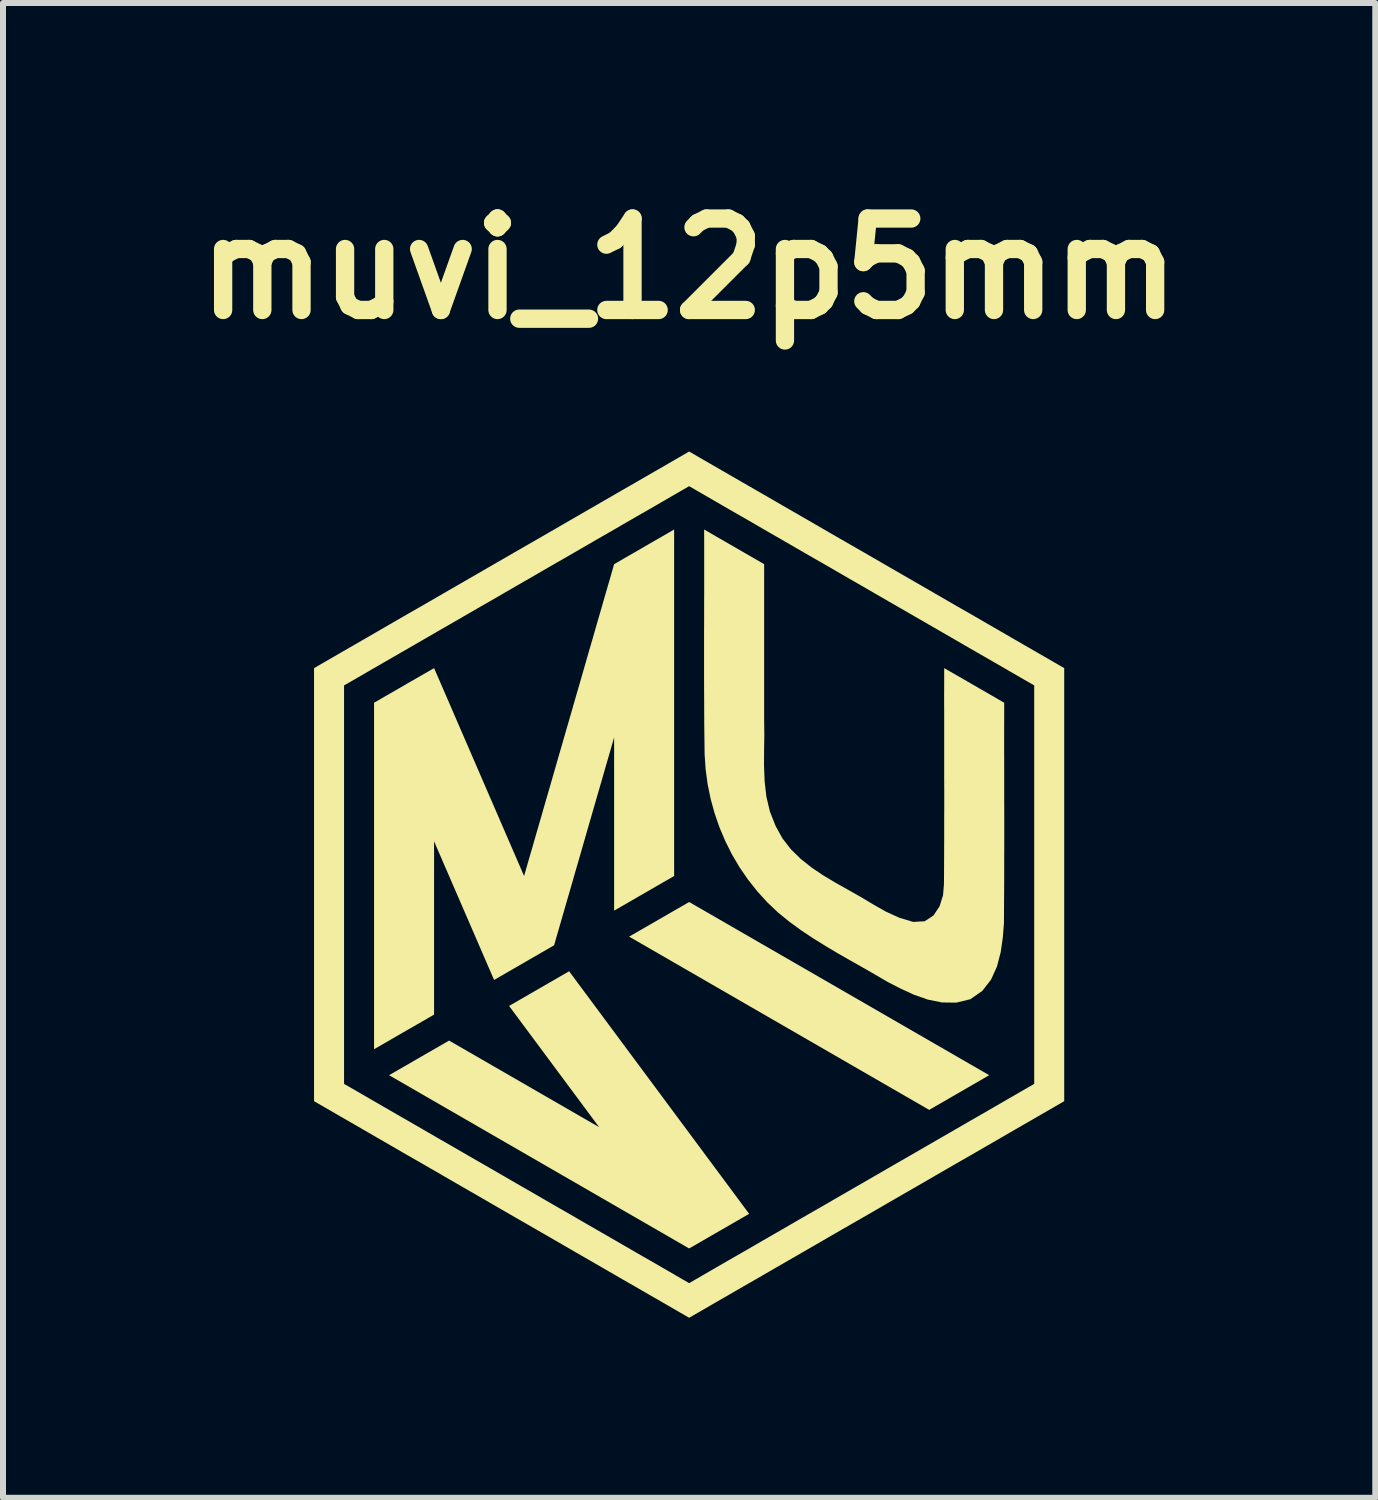
<source format=kicad_pcb>
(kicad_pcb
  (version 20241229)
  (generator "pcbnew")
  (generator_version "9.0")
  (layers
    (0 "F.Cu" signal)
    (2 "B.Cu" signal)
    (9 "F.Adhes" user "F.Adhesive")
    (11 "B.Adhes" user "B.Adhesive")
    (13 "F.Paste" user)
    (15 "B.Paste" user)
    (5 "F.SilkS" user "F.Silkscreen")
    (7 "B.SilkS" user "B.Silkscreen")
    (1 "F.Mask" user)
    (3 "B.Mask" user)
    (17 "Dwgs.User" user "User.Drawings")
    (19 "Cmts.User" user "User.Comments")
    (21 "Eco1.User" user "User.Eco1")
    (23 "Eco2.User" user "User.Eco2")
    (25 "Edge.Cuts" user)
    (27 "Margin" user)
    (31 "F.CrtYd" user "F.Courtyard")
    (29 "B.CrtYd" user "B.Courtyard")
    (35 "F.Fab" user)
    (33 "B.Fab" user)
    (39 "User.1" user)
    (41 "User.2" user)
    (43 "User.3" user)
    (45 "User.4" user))
  (footprint "muvi_12p5mm"
    (layer "F.Cu")
    (at 8.433 11.691)
    (property "Reference" "muvi_12p5mm" (at 0 -10.265 0) (layer "F.SilkS") (effects (font (size 1.524 1.524) (thickness 0.305))))
    (attr smd)
    (fp_poly (pts (xy -1 0.866) (xy 0 0.289) (xy 5 3.175) (xy 4 3.753) (xy -1 0.866)) (stroke (width 0) (type solid)) (fill yes) (layer "F.SilkS"))
    (fp_poly (pts (xy -5 3.175) (xy -4 2.598) (xy -1.5 4.041) (xy -3 2.021) (xy -2 1.443) (xy 1 5.485) (xy 0 6.062) (xy -5 3.175)) (stroke (width 0) (type solid)) (fill yes) (layer "F.SilkS"))
    (fp_poly (pts (xy 0.25 -5.918) (xy 0.251 -5.668) (xy 0.251 -5.418) (xy 0.251 -5.168) (xy 0.251 -4.918) (xy 0.25 -4.668) (xy 0.25 -4.418) (xy 0.249 -4.169) (xy 0.249 -3.919) (xy 0.249 -3.669) (xy 0.249 -3.419) (xy 0.25 -3.169) (xy 0.251 -2.919) (xy 0.252 -2.669) (xy 0.255 -2.419) (xy 0.258 -2.17) (xy 0.275 -1.921) (xy 0.308 -1.675) (xy 0.358 -1.431) (xy 0.424 -1.191) (xy 0.505 -0.956) (xy 0.602 -0.727) (xy 0.713 -0.505) (xy 0.839 -0.291) (xy 0.979 -0.087) (xy 1.133 0.108) (xy 1.3 0.292) (xy 1.48 0.463) (xy 1.674 0.621) (xy 1.868 0.762) (xy 2.068 0.895) (xy 2.272 1.022) (xy 2.479 1.145) (xy 2.687 1.264) (xy 2.896 1.382) (xy 3.105 1.502) (xy 3.312 1.623) (xy 3.524 1.732) (xy 3.746 1.834) (xy 3.977 1.915) (xy 4.213 1.963) (xy 4.45 1.966) (xy 4.686 1.909) (xy 4.886 1.769) (xy 5.031 1.582) (xy 5.13 1.363) (xy 5.192 1.124) (xy 5.227 0.879) (xy 5.246 0.642) (xy 5.247 0.38) (xy 5.249 0.117) (xy 5.25 -0.145) (xy 5.25 -0.407) (xy 5.251 -0.67) (xy 5.251 -0.932) (xy 5.251 -1.195) (xy 5.25 -1.457) (xy 5.25 -1.719) (xy 5.25 -1.982) (xy 5.249 -2.244) (xy 5.249 -2.506) (xy 5.25 -2.769) (xy 5.25 -3.031) (xy 5.05 -3.147) (xy 4.85 -3.262) (xy 4.65 -3.378) (xy 4.45 -3.493) (xy 4.25 -3.608) (xy 4.25 -3.351) (xy 4.249 -3.094) (xy 4.25 -2.837) (xy 4.25 -2.579) (xy 4.25 -2.322) (xy 4.25 -2.065) (xy 4.25 -1.808) (xy 4.251 -1.55) (xy 4.251 -1.293) (xy 4.25 -1.036) (xy 4.25 -0.779) (xy 4.249 -0.521) (xy 4.248 -0.264) (xy 4.246 -0.007) (xy 4.231 0.177) (xy 4.173 0.361) (xy 4.071 0.514) (xy 3.925 0.61) (xy 3.733 0.621) (xy 3.498 0.55) (xy 3.276 0.448) (xy 3.061 0.326) (xy 2.849 0.199) (xy 2.635 0.078) (xy 2.434 -0.035) (xy 2.234 -0.155) (xy 2.041 -0.285) (xy 1.86 -0.429) (xy 1.696 -0.589) (xy 1.555 -0.771) (xy 1.441 -0.977) (xy 1.346 -1.218) (xy 1.287 -1.467) (xy 1.258 -1.722) (xy 1.248 -1.979) (xy 1.249 -2.239) (xy 1.253 -2.498) (xy 1.25 -2.754) (xy 1.25 -3.013) (xy 1.25 -3.272) (xy 1.25 -3.53) (xy 1.25 -3.789) (xy 1.25 -4.047) (xy 1.25 -4.306) (xy 1.25 -4.565) (xy 1.25 -4.823) (xy 1.25 -5.082) (xy 1.25 -5.34) (xy 1.05 -5.456) (xy 0.85 -5.571) (xy 0.65 -5.687) (xy 0.45 -5.802) (xy 0.25 -5.918)) (stroke (width 0) (type solid)) (fill yes) (layer "F.SilkS"))
    (fp_poly (pts (xy -5.25 2.742) (xy -5.25 2.48) (xy -5.25 2.218) (xy -5.25 1.955) (xy -5.25 1.693) (xy -5.25 1.43) (xy -5.25 1.168) (xy -5.25 0.905) (xy -5.25 0.643) (xy -5.25 0.381) (xy -5.25 0.118) (xy -5.25 -0.144) (xy -5.25 -0.407) (xy -5.25 -0.669) (xy -5.25 -0.932) (xy -5.25 -1.194) (xy -5.25 -1.456) (xy -5.25 -1.719) (xy -5.25 -1.981) (xy -5.25 -2.244) (xy -5.25 -2.506) (xy -5.25 -2.769) (xy -5.25 -3.031) (xy -5.05 -3.147) (xy -4.85 -3.262) (xy -4.65 -3.378) (xy -4.45 -3.493) (xy -4.25 -3.608) (xy -4.15 -3.378) (xy -4.05 -3.147) (xy -3.95 -2.916) (xy -3.85 -2.685) (xy -3.75 -2.454) (xy -3.65 -2.223) (xy -3.55 -1.992) (xy -3.45 -1.761) (xy -3.35 -1.53) (xy -3.25 -1.299) (xy -3.15 -1.068) (xy -3.05 -0.837) (xy -2.95 -0.606) (xy -2.85 -0.375) (xy -2.75 -0.144) (xy -2.679 -0.392) (xy -2.607 -0.639) (xy -2.536 -0.887) (xy -2.464 -1.134) (xy -2.393 -1.382) (xy -2.321 -1.629) (xy -2.25 -1.876) (xy -2.179 -2.124) (xy -2.107 -2.371) (xy -2.036 -2.619) (xy -1.964 -2.866) (xy -1.893 -3.114) (xy -1.821 -3.361) (xy -1.75 -3.608) (xy -1.679 -3.856) (xy -1.607 -4.103) (xy -1.536 -4.351) (xy -1.464 -4.598) (xy -1.393 -4.846) (xy -1.321 -5.093) (xy -1.25 -5.34) (xy -1.05 -5.456) (xy -0.85 -5.571) (xy -0.65 -5.687) (xy -0.45 -5.802) (xy -0.25 -5.918) (xy -0.25 -5.655) (xy -0.25 -5.393) (xy -0.25 -5.131) (xy -0.25 -4.868) (xy -0.25 -4.606) (xy -0.25 -4.343) (xy -0.25 -4.081) (xy -0.25 -3.818) (xy -0.25 -3.556) (xy -0.25 -3.294) (xy -0.25 -3.031) (xy -0.25 -2.769) (xy -0.25 -2.506) (xy -0.25 -2.244) (xy -0.25 -1.981) (xy -0.25 -1.719) (xy -0.25 -1.456) (xy -0.25 -1.194) (xy -0.25 -0.932) (xy -0.25 -0.669) (xy -0.25 -0.407) (xy -0.25 -0.144) (xy -0.45 -0.029) (xy -0.65 0.087) (xy -0.85 0.202) (xy -1.05 0.318) (xy -1.25 0.433) (xy -1.25 0.171) (xy -1.25 -0.092) (xy -1.25 -0.354) (xy -1.25 -0.617) (xy -1.25 -0.879) (xy -1.25 -1.142) (xy -1.25 -1.404) (xy -1.25 -1.666) (xy -1.25 -1.929) (xy -1.25 -2.191) (xy -1.25 -2.454) (xy -1.321 -2.206) (xy -1.393 -1.959) (xy -1.464 -1.711) (xy -1.536 -1.464) (xy -1.607 -1.217) (xy -1.679 -0.969) (xy -1.75 -0.722) (xy -1.821 -0.474) (xy -1.893 -0.227) (xy -1.964 0.021) (xy -2.036 0.268) (xy -2.107 0.515) (xy -2.179 0.763) (xy -2.25 1.01) (xy -2.45 1.126) (xy -2.65 1.241) (xy -2.85 1.357) (xy -3.05 1.472) (xy -3.25 1.588) (xy -3.35 1.357) (xy -3.45 1.126) (xy -3.55 0.895) (xy -3.65 0.664) (xy -3.75 0.433) (xy -3.85 0.202) (xy -3.95 -0.029) (xy -4.05 -0.26) (xy -4.15 -0.491) (xy -4.25 -0.722) (xy -4.25 -0.459) (xy -4.25 -0.197) (xy -4.25 0.066) (xy -4.25 0.328) (xy -4.25 0.59) (xy -4.25 0.853) (xy -4.25 1.115) (xy -4.25 1.378) (xy -4.25 1.64) (xy -4.25 1.903) (xy -4.25 2.165) (xy -4.45 2.281) (xy -4.65 2.396) (xy -4.85 2.511) (xy -5.05 2.627) (xy -5.25 2.742)) (stroke (width 0) (type solid)) (fill yes) (layer "F.SilkS"))
    (fp_poly (pts (xy 0 -7.217) (xy 0 -6.64) (xy 0.221 -6.512) (xy 0.442 -6.384) (xy 0.663 -6.256) (xy 0.885 -6.129) (xy 1.106 -6.001) (xy 1.327 -5.873) (xy 1.548 -5.746) (xy 1.769 -5.618) (xy 1.99 -5.49) (xy 2.212 -5.363) (xy 2.433 -5.235) (xy 2.654 -5.107) (xy 2.875 -4.98) (xy 3.096 -4.852) (xy 3.317 -4.724) (xy 3.538 -4.597) (xy 3.76 -4.469) (xy 3.981 -4.341) (xy 4.202 -4.214) (xy 4.423 -4.086) (xy 4.644 -3.958) (xy 4.865 -3.831) (xy 5.087 -3.703) (xy 5.308 -3.575) (xy 5.529 -3.447) (xy 5.75 -3.32) (xy 5.75 -3.064) (xy 5.75 -2.809) (xy 5.75 -2.554) (xy 5.75 -2.298) (xy 5.75 -2.043) (xy 5.75 -1.788) (xy 5.75 -1.532) (xy 5.75 -1.277) (xy 5.75 -1.021) (xy 5.75 -0.766) (xy 5.75 -0.511) (xy 5.75 -0.255) (xy 5.75 0) (xy 5.75 0.255) (xy 5.75 0.511) (xy 5.75 0.766) (xy 5.75 1.021) (xy 5.75 1.277) (xy 5.75 1.532) (xy 5.75 1.788) (xy 5.75 2.043) (xy 5.75 2.298) (xy 5.75 2.554) (xy 5.75 2.809) (xy 5.75 3.064) (xy 5.75 3.32) (xy 5.529 3.447) (xy 5.308 3.575) (xy 5.087 3.703) (xy 4.865 3.831) (xy 4.644 3.958) (xy 4.423 4.086) (xy 4.202 4.214) (xy 3.981 4.341) (xy 3.76 4.469) (xy 3.538 4.597) (xy 3.317 4.724) (xy 3.096 4.852) (xy 2.875 4.98) (xy 2.654 5.107) (xy 2.433 5.235) (xy 2.212 5.363) (xy 1.99 5.49) (xy 1.769 5.618) (xy 1.548 5.746) (xy 1.327 5.873) (xy 1.106 6.001) (xy 0.885 6.129) (xy 0.663 6.256) (xy 0.442 6.384) (xy 0.221 6.512) (xy 0 6.64) (xy -0.221 6.512) (xy -0.442 6.384) (xy -0.663 6.256) (xy -0.885 6.129) (xy -1.106 6.001) (xy -1.327 5.873) (xy -1.548 5.746) (xy -1.769 5.618) (xy -1.99 5.49) (xy -2.212 5.363) (xy -2.433 5.235) (xy -2.654 5.107) (xy -2.875 4.98) (xy -3.096 4.852) (xy -3.317 4.724) (xy -3.538 4.597) (xy -3.76 4.469) (xy -3.981 4.341) (xy -4.202 4.214) (xy -4.423 4.086) (xy -4.644 3.958) (xy -4.865 3.831) (xy -5.087 3.703) (xy -5.308 3.575) (xy -5.529 3.447) (xy -5.75 3.32) (xy -5.75 3.064) (xy -5.75 2.809) (xy -5.75 2.554) (xy -5.75 2.298) (xy -5.75 2.043) (xy -5.75 1.788) (xy -5.75 1.532) (xy -5.75 1.277) (xy -5.75 1.021) (xy -5.75 0.766) (xy -5.75 0.511) (xy -5.75 0.255) (xy -5.75 0) (xy -5.75 -0.255) (xy -5.75 -0.511) (xy -5.75 -0.766) (xy -5.75 -1.021) (xy -5.75 -1.277) (xy -5.75 -1.532) (xy -5.75 -1.788) (xy -5.75 -2.043) (xy -5.75 -2.298) (xy -5.75 -2.554) (xy -5.75 -2.809) (xy -5.75 -3.064) (xy -5.75 -3.32) (xy -5.529 -3.447) (xy -5.308 -3.575) (xy -5.087 -3.703) (xy -4.865 -3.831) (xy -4.644 -3.958) (xy -4.423 -4.086) (xy -4.202 -4.214) (xy -3.981 -4.341) (xy -3.76 -4.469) (xy -3.538 -4.597) (xy -3.317 -4.724) (xy -3.096 -4.852) (xy -2.875 -4.98) (xy -2.654 -5.107) (xy -2.433 -5.235) (xy -2.212 -5.363) (xy -1.99 -5.49) (xy -1.769 -5.618) (xy -1.548 -5.746) (xy -1.327 -5.873) (xy -1.106 -6.001) (xy -0.885 -6.129) (xy -0.663 -6.256) (xy -0.442 -6.384) (xy -0.221 -6.512) (xy 0 -6.64) (xy 0 -7.217) (xy -0.223 -7.088) (xy -0.446 -6.959) (xy -0.67 -6.83) (xy -0.893 -6.701) (xy -1.116 -6.573) (xy -1.339 -6.444) (xy -1.562 -6.315) (xy -1.786 -6.186) (xy -2.009 -6.057) (xy -2.232 -5.928) (xy -2.455 -5.799) (xy -2.679 -5.67) (xy -2.902 -5.542) (xy -3.125 -5.413) (xy -3.348 -5.284) (xy -3.571 -5.155) (xy -3.795 -5.026) (xy -4.018 -4.897) (xy -4.241 -4.768) (xy -4.464 -4.639) (xy -4.688 -4.511) (xy -4.911 -4.382) (xy -5.134 -4.253) (xy -5.357 -4.124) (xy -5.58 -3.995) (xy -5.804 -3.866) (xy -6.027 -3.737) (xy -6.25 -3.608) (xy -6.25 -3.351) (xy -6.25 -3.093) (xy -6.25 -2.835) (xy -6.25 -2.577) (xy -6.25 -2.32) (xy -6.25 -2.062) (xy -6.25 -1.804) (xy -6.25 -1.546) (xy -6.25 -1.289) (xy -6.25 -1.031) (xy -6.25 -0.773) (xy -6.25 -0.515) (xy -6.25 -0.258) (xy -6.25 0) (xy -6.25 0.258) (xy -6.25 0.515) (xy -6.25 0.773) (xy -6.25 1.031) (xy -6.25 1.289) (xy -6.25 1.546) (xy -6.25 1.804) (xy -6.25 2.062) (xy -6.25 2.32) (xy -6.25 2.577) (xy -6.25 2.835) (xy -6.25 3.093) (xy -6.25 3.351) (xy -6.25 3.608) (xy -6.027 3.737) (xy -5.804 3.866) (xy -5.58 3.995) (xy -5.357 4.124) (xy -5.134 4.253) (xy -4.911 4.382) (xy -4.688 4.511) (xy -4.464 4.639) (xy -4.241 4.768) (xy -4.018 4.897) (xy -3.795 5.026) (xy -3.571 5.155) (xy -3.348 5.284) (xy -3.125 5.413) (xy -2.902 5.542) (xy -2.679 5.67) (xy -2.455 5.799) (xy -2.232 5.928) (xy -2.009 6.057) (xy -1.786 6.186) (xy -1.562 6.315) (xy -1.339 6.444) (xy -1.116 6.573) (xy -0.893 6.701) (xy -0.67 6.83) (xy -0.446 6.959) (xy -0.223 7.088) (xy 0 7.217) (xy 0.223 7.088) (xy 0.446 6.959) (xy 0.67 6.83) (xy 0.893 6.701) (xy 1.116 6.573) (xy 1.339 6.444) (xy 1.562 6.315) (xy 1.786 6.186) (xy 2.009 6.057) (xy 2.232 5.928) (xy 2.455 5.799) (xy 2.679 5.67) (xy 2.902 5.542) (xy 3.125 5.413) (xy 3.348 5.284) (xy 3.571 5.155) (xy 3.795 5.026) (xy 4.018 4.897) (xy 4.241 4.768) (xy 4.464 4.639) (xy 4.688 4.511) (xy 4.911 4.382) (xy 5.134 4.253) (xy 5.357 4.124) (xy 5.58 3.995) (xy 5.804 3.866) (xy 6.027 3.737) (xy 6.25 3.608) (xy 6.25 3.351) (xy 6.25 3.093) (xy 6.25 2.835) (xy 6.25 2.577) (xy 6.25 2.32) (xy 6.25 2.062) (xy 6.25 1.804) (xy 6.25 1.546) (xy 6.25 1.289) (xy 6.25 1.031) (xy 6.25 0.773) (xy 6.25 0.515) (xy 6.25 0.258) (xy 6.25 0) (xy 6.25 -0.258) (xy 6.25 -0.515) (xy 6.25 -0.773) (xy 6.25 -1.031) (xy 6.25 -1.289) (xy 6.25 -1.546) (xy 6.25 -1.804) (xy 6.25 -2.062) (xy 6.25 -2.32) (xy 6.25 -2.577) (xy 6.25 -2.835) (xy 6.25 -3.093) (xy 6.25 -3.351) (xy 6.25 -3.608) (xy 6.027 -3.737) (xy 5.804 -3.866) (xy 5.58 -3.995) (xy 5.357 -4.124) (xy 5.134 -4.253) (xy 4.911 -4.382) (xy 4.688 -4.511) (xy 4.464 -4.639) (xy 4.241 -4.768) (xy 4.018 -4.897) (xy 3.795 -5.026) (xy 3.571 -5.155) (xy 3.348 -5.284) (xy 3.125 -5.413) (xy 2.902 -5.542) (xy 2.679 -5.67) (xy 2.455 -5.799) (xy 2.232 -5.928) (xy 2.009 -6.057) (xy 1.786 -6.186) (xy 1.562 -6.315) (xy 1.339 -6.444) (xy 1.116 -6.573) (xy 0.893 -6.701) (xy 0.67 -6.83) (xy 0.446 -6.959) (xy 0.223 -7.088) (xy 0 -7.217)) (stroke (width 0) (type solid)) (fill yes) (layer "F.SilkS")))
  (gr_rect
    (start -3 -3)
    (end 19.866 21.908)
    (stroke (width 0.1) (type default))
    (fill no)
    (layer "Edge.Cuts")))
</source>
